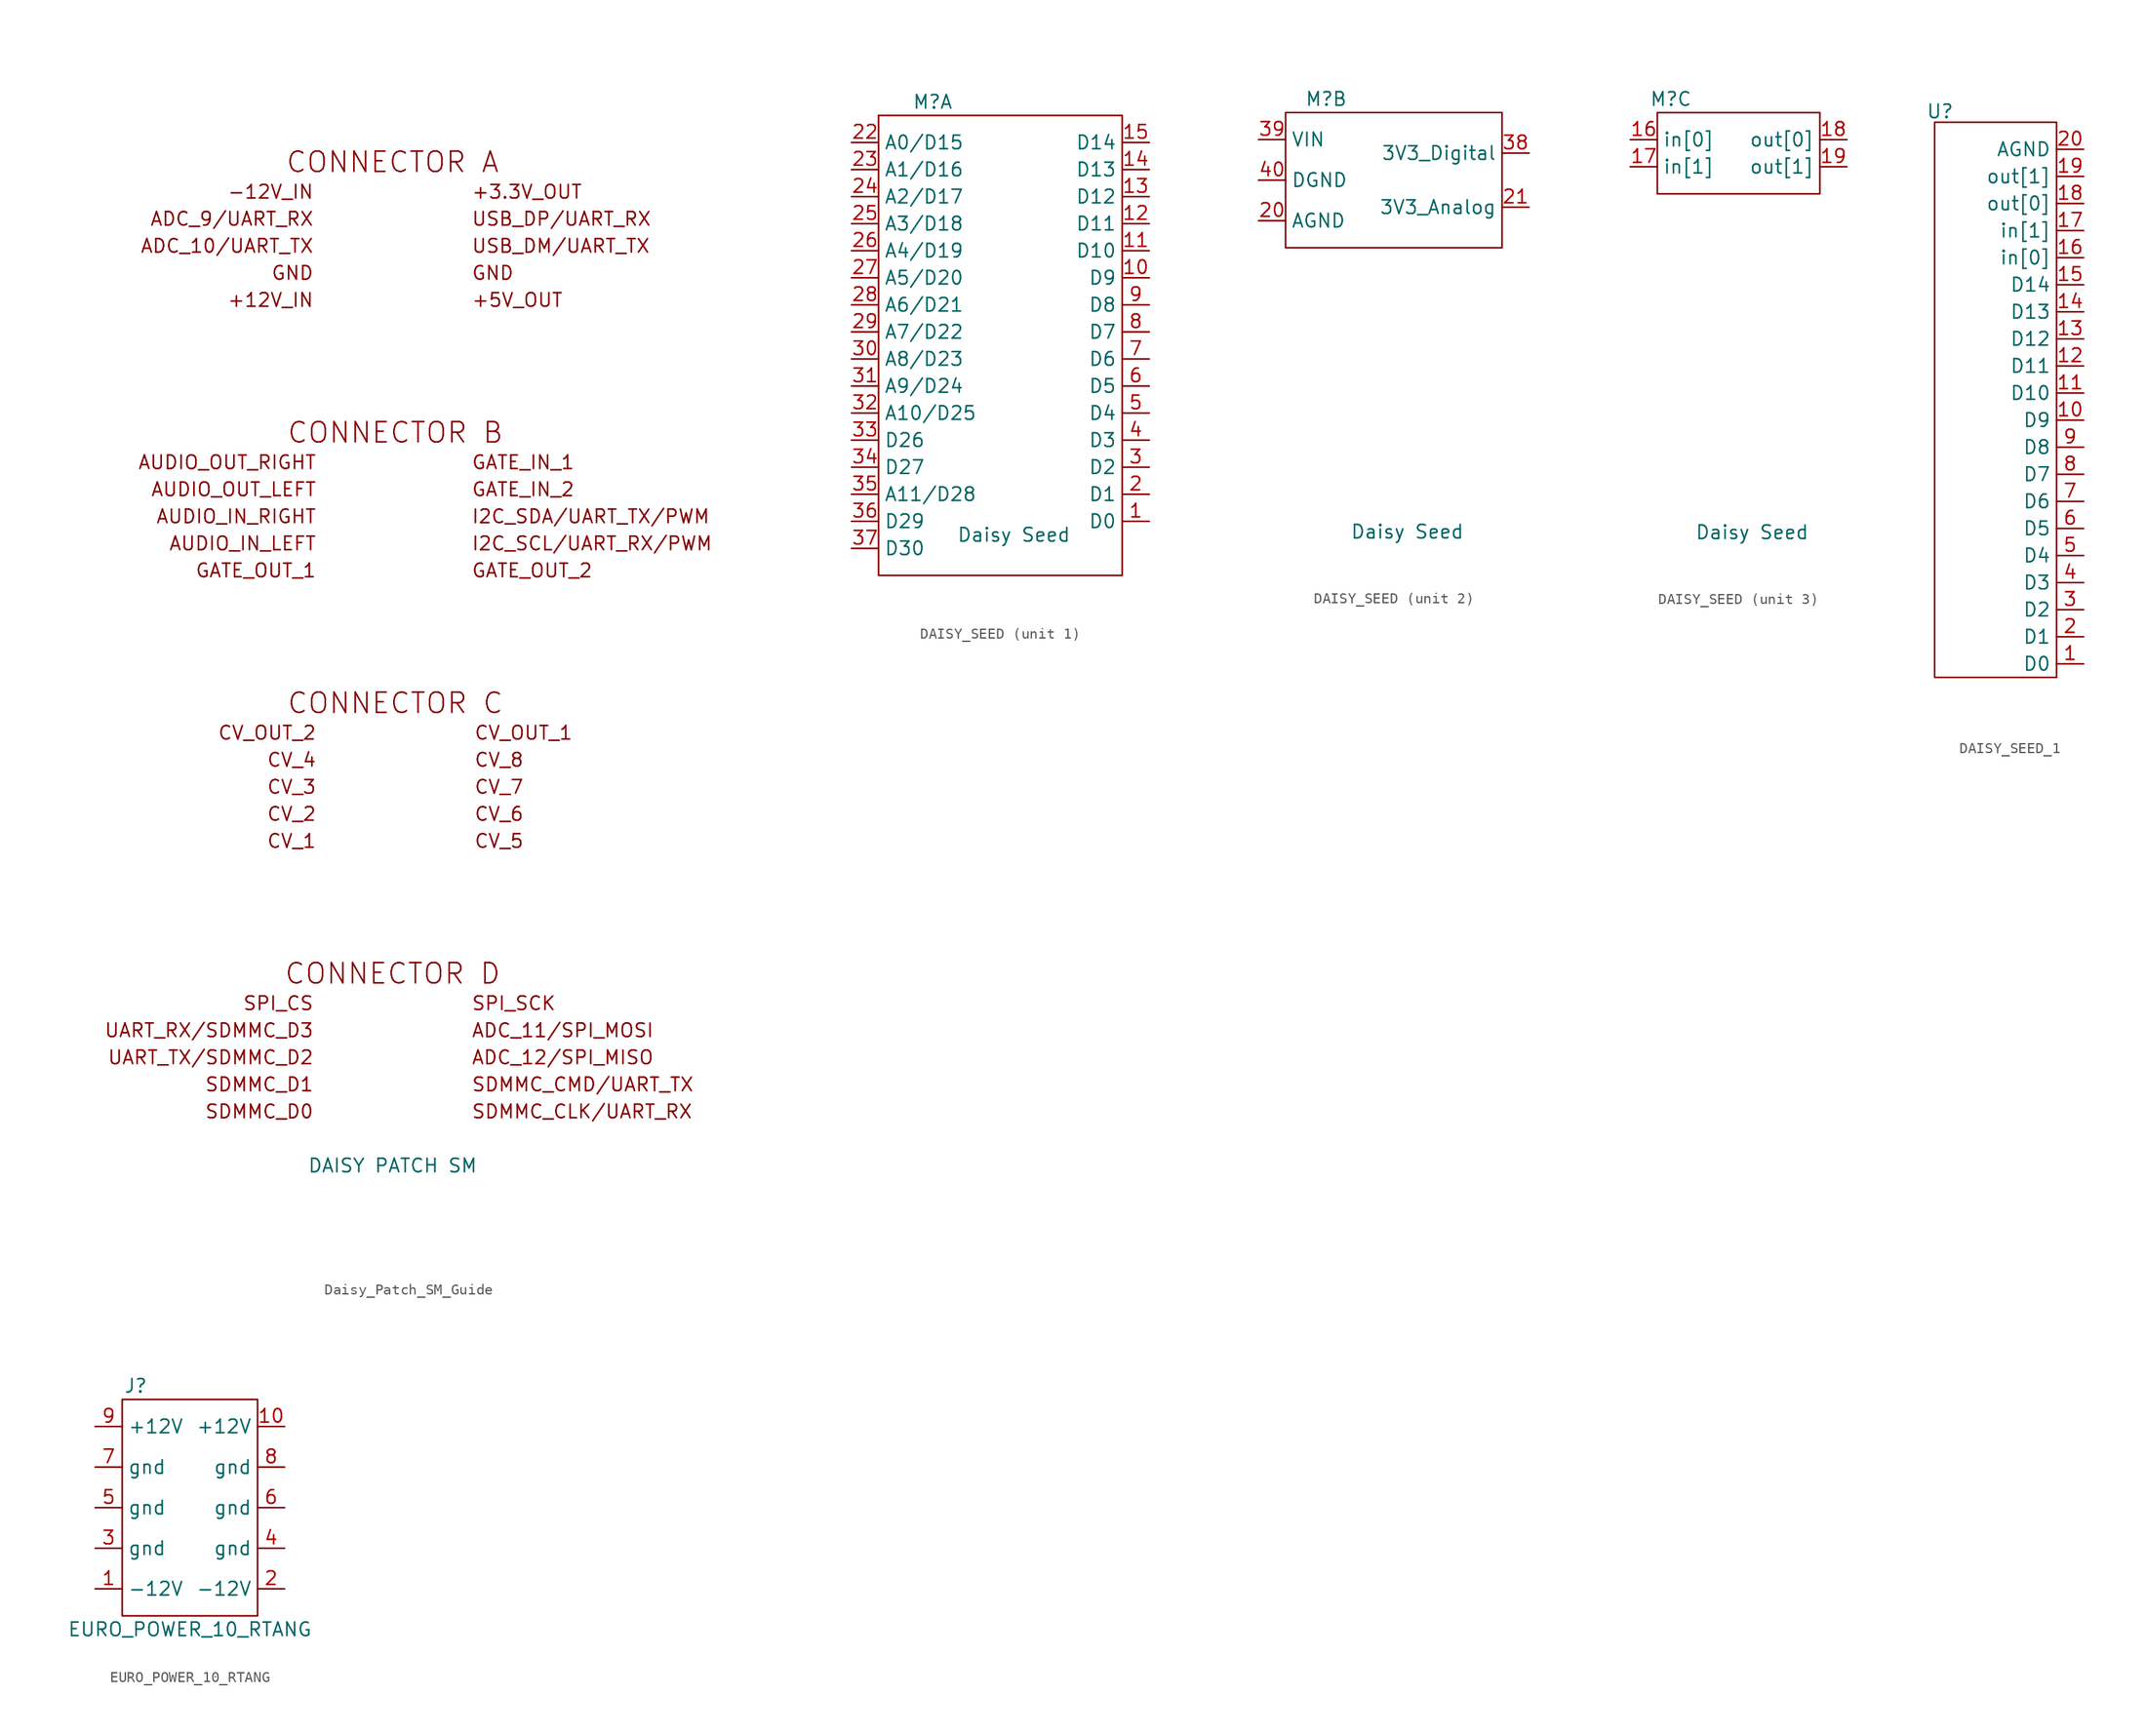
<source format=kicad_sym>
(kicad_symbol_lib
  (version 20241209)
  (generator "kicad_symbol_editor")
  (generator_version "9.0")
  (symbol "Daisy_Patch_SM_Guide"
    (property "Reference" "M"
      (at -11.938 -0.254 0)
      (effects (font (size 1.27 1.27)) (hide yes)))
    (property "Value" "DAISY PATCH SM"
      (at 7.874 -43.18 0)
      (effects (font (size 1.27 1.27))))
    (symbol "Daisy_Patch_SM_Guide_1_1"
      (text "-12V_IN" (at 0.508 48.26 0) (effects (font (size 1.27 1.27)) (justify right)))
      (text "ADC_9/UART_RX" (at 0.508 45.72 0) (effects (font (size 1.27 1.27)) (justify right)))
      (text "ADC_10/UART_TX" (at 0.508 43.18 0) (effects (font (size 1.27 1.27)) (justify right)))
      (text "GND" (at 0.508 40.64 0) (effects (font (size 1.27 1.27)) (justify right)))
      (text "+12V_IN" (at 0.508 38.1 0) (effects (font (size 1.27 1.27)) (justify right)))
      (text "SPI_CS" (at 0.508 -27.94 0) (effects (font (size 1.27 1.27)) (justify right)))
      (text "UART_RX/SDMMC_D3" (at 0.508 -30.48 0) (effects (font (size 1.27 1.27)) (justify right)))
      (text "UART_TX/SDMMC_D2" (at 0.508 -33.02 0) (effects (font (size 1.27 1.27)) (justify right)))
      (text "SDMMC_D1" (at 0.508 -35.56 0) (effects (font (size 1.27 1.27)) (justify right)))
      (text "SDMMC_D0" (at 0.508 -38.1 0) (effects (font (size 1.27 1.27)) (justify right)))
      (text "AUDIO_OUT_RIGHT" (at 0.762 22.86 0) (effects (font (size 1.27 1.27)) (justify right)))
      (text "AUDIO_OUT_LEFT" (at 0.762 20.32 0) (effects (font (size 1.27 1.27)) (justify right)))
      (text "AUDIO_IN_RIGHT" (at 0.762 17.78 0) (effects (font (size 1.27 1.27)) (justify right)))
      (text "AUDIO_IN_LEFT" (at 0.762 15.24 0) (effects (font (size 1.27 1.27)) (justify right)))
      (text "GATE_OUT_1" (at 0.762 12.7 0) (effects (font (size 1.27 1.27)) (justify right)))
      (text "CV_OUT_2" (at 0.762 -2.54 0) (effects (font (size 1.27 1.27)) (justify right)))
      (text "CV_4" (at 0.762 -5.08 0) (effects (font (size 1.27 1.27)) (justify right)))
      (text "CV_3" (at 0.762 -7.62 0) (effects (font (size 1.27 1.27)) (justify right)))
      (text "CV_2" (at 0.762 -10.16 0) (effects (font (size 1.27 1.27)) (justify right)))
      (text "CV_1" (at 0.762 -12.7 0) (effects (font (size 1.27 1.27)) (justify right)))
      (text "CONNECTOR A" (at 7.874 51.054 0) (effects (font (size 1.905 1.905))))
      (text "CONNECTOR D" (at 7.874 -25.146 0) (effects (font (size 1.905 1.905))))
      (text "CONNECTOR B" (at 8.128 25.654 0) (effects (font (size 1.905 1.905))))
      (text "CONNECTOR C" (at 8.128 0.254 0) (effects (font (size 1.905 1.905))))
      (text "+3.3V_OUT" (at 15.24 48.26 0) (effects (font (size 1.27 1.27)) (justify left)))
      (text "USB_DP/UART_RX" (at 15.24 45.72 0) (effects (font (size 1.27 1.27)) (justify left)))
      (text "USB_DM/UART_TX" (at 15.24 43.18 0) (effects (font (size 1.27 1.27)) (justify left)))
      (text "GND" (at 15.24 40.64 0) (effects (font (size 1.27 1.27)) (justify left)))
      (text "+5V_OUT" (at 15.24 38.1 0) (effects (font (size 1.27 1.27)) (justify left)))
      (text "GATE_IN_1" (at 15.24 22.86 0) (effects (font (size 1.27 1.27)) (justify left)))
      (text "GATE_IN_2" (at 15.24 20.32 0) (effects (font (size 1.27 1.27)) (justify left)))
      (text "I2C_SDA/UART_TX/PWM" (at 15.24 17.78 0) (effects (font (size 1.27 1.27)) (justify left)))
      (text "I2C_SCL/UART_RX/PWM" (at 15.24 15.24 0) (effects (font (size 1.27 1.27)) (justify left)))
      (text "GATE_OUT_2" (at 15.24 12.7 0) (effects (font (size 1.27 1.27)) (justify left)))
      (text "SPI_SCK" (at 15.24 -27.94 0) (effects (font (size 1.27 1.27)) (justify left)))
      (text "ADC_11/SPI_MOSI" (at 15.24 -30.48 0) (effects (font (size 1.27 1.27)) (justify left)))
      (text "ADC_12/SPI_MISO" (at 15.24 -33.02 0) (effects (font (size 1.27 1.27)) (justify left)))
      (text "SDMMC_CMD/UART_TX" (at 15.24 -35.56 0) (effects (font (size 1.27 1.27)) (justify left)))
      (text "SDMMC_CLK/UART_RX" (at 15.24 -38.1 0) (effects (font (size 1.27 1.27)) (justify left)))
      (text "CV_OUT_1" (at 15.494 -2.54 0) (effects (font (size 1.27 1.27)) (justify left)))
      (text "CV_8" (at 15.494 -5.08 0) (effects (font (size 1.27 1.27)) (justify left)))
      (text "CV_7" (at 15.494 -7.62 0) (effects (font (size 1.27 1.27)) (justify left)))
      (text "CV_6" (at 15.494 -10.16 0) (effects (font (size 1.27 1.27)) (justify left)))
      (text "CV_5" (at 15.494 -12.7 0) (effects (font (size 1.27 1.27)) (justify left)))))
  (symbol "DAISY_SEED"
    (property "Reference" "M"
      (at -6.35 1.27 0)
      (effects (font (size 1.27 1.27))))
    (property "Value" "Daisy Seed"
      (at 1.27 -39.37 0)
      (effects (font (size 1.27 1.27))))
    (property "ki_locked" ""
      (at 0 0 0)
      (effects (font (size 1.27 1.27))))
    (symbol "DAISY_SEED_1_1"
      (rectangle (start -11.43 0) (end -11.43 0) (stroke (width 0) (type default)) (fill (type none)))
      (rectangle (start -11.43 0) (end 11.43 -43.18) (stroke (width 0) (type default)) (fill (type none)))
      (pin bidirectional line (at -13.97 -2.54 0) (length 2.54) (name "A0/D15" (effects (font (size 1.27 1.27)))) (number "22" (effects (font (size 1.27 1.27)))))
      (pin bidirectional line (at -13.97 -5.08 0) (length 2.54) (name "A1/D16" (effects (font (size 1.27 1.27)))) (number "23" (effects (font (size 1.27 1.27)))))
      (pin bidirectional line (at -13.97 -7.62 0) (length 2.54) (name "A2/D17" (effects (font (size 1.27 1.27)))) (number "24" (effects (font (size 1.27 1.27)))))
      (pin bidirectional line (at -13.97 -10.16 0) (length 2.54) (name "A3/D18" (effects (font (size 1.27 1.27)))) (number "25" (effects (font (size 1.27 1.27)))))
      (pin bidirectional line (at -13.97 -12.7 0) (length 2.54) (name "A4/D19" (effects (font (size 1.27 1.27)))) (number "26" (effects (font (size 1.27 1.27)))))
      (pin bidirectional line (at -13.97 -15.24 0) (length 2.54) (name "A5/D20" (effects (font (size 1.27 1.27)))) (number "27" (effects (font (size 1.27 1.27)))))
      (pin bidirectional line (at -13.97 -17.78 0) (length 2.54) (name "A6/D21" (effects (font (size 1.27 1.27)))) (number "28" (effects (font (size 1.27 1.27)))))
      (pin bidirectional line (at -13.97 -20.32 0) (length 2.54) (name "A7/D22" (effects (font (size 1.27 1.27)))) (number "29" (effects (font (size 1.27 1.27)))))
      (pin bidirectional line (at -13.97 -22.86 0) (length 2.54) (name "A8/D23" (effects (font (size 1.27 1.27)))) (number "30" (effects (font (size 1.27 1.27)))))
      (pin bidirectional line (at -13.97 -25.4 0) (length 2.54) (name "A9/D24" (effects (font (size 1.27 1.27)))) (number "31" (effects (font (size 1.27 1.27)))))
      (pin bidirectional line (at -13.97 -27.94 0) (length 2.54) (name "A10/D25" (effects (font (size 1.27 1.27)))) (number "32" (effects (font (size 1.27 1.27)))))
      (pin bidirectional line (at -13.97 -30.48 0) (length 2.54) (name "D26" (effects (font (size 1.27 1.27)))) (number "33" (effects (font (size 1.27 1.27)))))
      (pin bidirectional line (at -13.97 -33.02 0) (length 2.54) (name "D27" (effects (font (size 1.27 1.27)))) (number "34" (effects (font (size 1.27 1.27)))))
      (pin bidirectional line (at -13.97 -35.56 0) (length 2.54) (name "A11/D28" (effects (font (size 1.27 1.27)))) (number "35" (effects (font (size 1.27 1.27)))))
      (pin bidirectional line (at -13.97 -38.1 0) (length 2.54) (name "D29" (effects (font (size 1.27 1.27)))) (number "36" (effects (font (size 1.27 1.27)))))
      (pin bidirectional line (at -13.97 -40.64 0) (length 2.54) (name "D30" (effects (font (size 1.27 1.27)))) (number "37" (effects (font (size 1.27 1.27)))))
      (pin input line (at 13.97 -2.54 180) (length 2.54) (name "D14" (effects (font (size 1.27 1.27)))) (number "15" (effects (font (size 1.27 1.27)))))
      (pin input line (at 13.97 -5.08 180) (length 2.54) (name "D13" (effects (font (size 1.27 1.27)))) (number "14" (effects (font (size 1.27 1.27)))))
      (pin input line (at 13.97 -7.62 180) (length 2.54) (name "D12" (effects (font (size 1.27 1.27)))) (number "13" (effects (font (size 1.27 1.27)))))
      (pin input line (at 13.97 -10.16 180) (length 2.54) (name "D11" (effects (font (size 1.27 1.27)))) (number "12" (effects (font (size 1.27 1.27)))))
      (pin input line (at 13.97 -12.7 180) (length 2.54) (name "D10" (effects (font (size 1.27 1.27)))) (number "11" (effects (font (size 1.27 1.27)))))
      (pin input line (at 13.97 -15.24 180) (length 2.54) (name "D9" (effects (font (size 1.27 1.27)))) (number "10" (effects (font (size 1.27 1.27)))))
      (pin input line (at 13.97 -17.78 180) (length 2.54) (name "D8" (effects (font (size 1.27 1.27)))) (number "9" (effects (font (size 1.27 1.27)))))
      (pin input line (at 13.97 -20.32 180) (length 2.54) (name "D7" (effects (font (size 1.27 1.27)))) (number "8" (effects (font (size 1.27 1.27)))))
      (pin input line (at 13.97 -22.86 180) (length 2.54) (name "D6" (effects (font (size 1.27 1.27)))) (number "7" (effects (font (size 1.27 1.27)))))
      (pin input line (at 13.97 -25.4 180) (length 2.54) (name "D5" (effects (font (size 1.27 1.27)))) (number "6" (effects (font (size 1.27 1.27)))))
      (pin input line (at 13.97 -27.94 180) (length 2.54) (name "D4" (effects (font (size 1.27 1.27)))) (number "5" (effects (font (size 1.27 1.27)))))
      (pin input line (at 13.97 -30.48 180) (length 2.54) (name "D3" (effects (font (size 1.27 1.27)))) (number "4" (effects (font (size 1.27 1.27)))))
      (pin input line (at 13.97 -33.02 180) (length 2.54) (name "D2" (effects (font (size 1.27 1.27)))) (number "3" (effects (font (size 1.27 1.27)))))
      (pin input line (at 13.97 -35.56 180) (length 2.54) (name "D1" (effects (font (size 1.27 1.27)))) (number "2" (effects (font (size 1.27 1.27)))))
      (pin input line (at 13.97 -38.1 180) (length 2.54) (name "D0" (effects (font (size 1.27 1.27)))) (number "1" (effects (font (size 1.27 1.27))))))
    (symbol "DAISY_SEED_2_1"
      (rectangle (start -10.16 0) (end 10.16 -12.7) (stroke (width 0) (type default)) (fill (type none)))
      (pin power_in line (at -12.7 -2.54 0) (length 2.54) (name "VIN" (effects (font (size 1.27 1.27)))) (number "39" (effects (font (size 1.27 1.27)))))
      (pin power_in line (at -12.7 -6.35 0) (length 2.54) (name "DGND" (effects (font (size 1.27 1.27)))) (number "40" (effects (font (size 1.27 1.27)))))
      (pin power_in line (at -12.7 -10.16 0) (length 2.54) (name "AGND" (effects (font (size 1.27 1.27)))) (number "20" (effects (font (size 1.27 1.27)))))
      (pin power_out line (at 12.7 -3.81 180) (length 2.54) (name "3V3_Digital" (effects (font (size 1.27 1.27)))) (number "38" (effects (font (size 1.27 1.27)))))
      (pin power_out line (at 12.7 -8.89 180) (length 2.54) (name "3V3_Analog" (effects (font (size 1.27 1.27)))) (number "21" (effects (font (size 1.27 1.27))))))
    (symbol "DAISY_SEED_3_1"
      (rectangle (start -7.62 0) (end 7.62 -7.62) (stroke (width 0) (type default)) (fill (type none)))
      (pin input line (at -10.16 -2.54 0) (length 2.54) (name "in[0]" (effects (font (size 1.27 1.27)))) (number "16" (effects (font (size 1.27 1.27)))))
      (pin input line (at -10.16 -5.08 0) (length 2.54) (name "in[1]" (effects (font (size 1.27 1.27)))) (number "17" (effects (font (size 1.27 1.27)))))
      (pin output line (at 10.16 -2.54 180) (length 2.54) (name "out[0]" (effects (font (size 1.27 1.27)))) (number "18" (effects (font (size 1.27 1.27)))))
      (pin output line (at 10.16 -5.08 180) (length 2.54) (name "out[1]" (effects (font (size 1.27 1.27)))) (number "19" (effects (font (size 1.27 1.27)))))))
  (symbol "DAISY_SEED_1"
    (property "Reference" "U"
      (at 0.508 1.016 0)
      (effects (font (size 1.27 1.27))))
    (property "Value" ""
      (at 1.27 -52.07 0)
      (effects (font (size 1.27 1.27))))
    (property "ki_locked" ""
      (at 0 0 0)
      (effects (font (size 1.27 1.27))))
    (symbol "DAISY_SEED_1_1_1"
      (rectangle (start 0 0) (end 11.43 -52.07) (stroke (width 0) (type default)) (fill (type none)))
      (pin power_in line (at 13.97 -2.54 180) (length 2.54) (name "AGND" (effects (font (size 1.27 1.27)))) (number "20" (effects (font (size 1.27 1.27)))))
      (pin output line (at 13.97 -5.08 180) (length 2.54) (name "out[1]" (effects (font (size 1.27 1.27)))) (number "19" (effects (font (size 1.27 1.27)))))
      (pin output line (at 13.97 -7.62 180) (length 2.54) (name "out[0]" (effects (font (size 1.27 1.27)))) (number "18" (effects (font (size 1.27 1.27)))))
      (pin input line (at 13.97 -10.16 180) (length 2.54) (name "in[1]" (effects (font (size 1.27 1.27)))) (number "17" (effects (font (size 1.27 1.27)))))
      (pin input line (at 13.97 -12.7 180) (length 2.54) (name "in[0]" (effects (font (size 1.27 1.27)))) (number "16" (effects (font (size 1.27 1.27)))))
      (pin input line (at 13.97 -15.24 180) (length 2.54) (name "D14" (effects (font (size 1.27 1.27)))) (number "15" (effects (font (size 1.27 1.27)))))
      (pin input line (at 13.97 -17.78 180) (length 2.54) (name "D13" (effects (font (size 1.27 1.27)))) (number "14" (effects (font (size 1.27 1.27)))))
      (pin input line (at 13.97 -20.32 180) (length 2.54) (name "D12" (effects (font (size 1.27 1.27)))) (number "13" (effects (font (size 1.27 1.27)))))
      (pin input line (at 13.97 -22.86 180) (length 2.54) (name "D11" (effects (font (size 1.27 1.27)))) (number "12" (effects (font (size 1.27 1.27)))))
      (pin input line (at 13.97 -25.4 180) (length 2.54) (name "D10" (effects (font (size 1.27 1.27)))) (number "11" (effects (font (size 1.27 1.27)))))
      (pin input line (at 13.97 -27.94 180) (length 2.54) (name "D9" (effects (font (size 1.27 1.27)))) (number "10" (effects (font (size 1.27 1.27)))))
      (pin input line (at 13.97 -30.48 180) (length 2.54) (name "D8" (effects (font (size 1.27 1.27)))) (number "9" (effects (font (size 1.27 1.27)))))
      (pin input line (at 13.97 -33.02 180) (length 2.54) (name "D7" (effects (font (size 1.27 1.27)))) (number "8" (effects (font (size 1.27 1.27)))))
      (pin input line (at 13.97 -35.56 180) (length 2.54) (name "D6" (effects (font (size 1.27 1.27)))) (number "7" (effects (font (size 1.27 1.27)))))
      (pin input line (at 13.97 -38.1 180) (length 2.54) (name "D5" (effects (font (size 1.27 1.27)))) (number "6" (effects (font (size 1.27 1.27)))))
      (pin input line (at 13.97 -40.64 180) (length 2.54) (name "D4" (effects (font (size 1.27 1.27)))) (number "5" (effects (font (size 1.27 1.27)))))
      (pin input line (at 13.97 -43.18 180) (length 2.54) (name "D3" (effects (font (size 1.27 1.27)))) (number "4" (effects (font (size 1.27 1.27)))))
      (pin input line (at 13.97 -45.72 180) (length 2.54) (name "D2" (effects (font (size 1.27 1.27)))) (number "3" (effects (font (size 1.27 1.27)))))
      (pin input line (at 13.97 -48.26 180) (length 2.54) (name "D1" (effects (font (size 1.27 1.27)))) (number "2" (effects (font (size 1.27 1.27)))))
      (pin input line (at 13.97 -50.8 180) (length 2.54) (name "D0" (effects (font (size 1.27 1.27)))) (number "1" (effects (font (size 1.27 1.27)))))))
  (symbol "EURO_POWER_10_RTANG"
    (property "Reference" "J"
      (at -5.08 11.43 0)
      (effects (font (size 1.27 1.27))))
    (property "Value" "EURO_POWER_10_RTANG"
      (at 0 -11.43 0)
      (effects (font (size 1.27 1.27))))
    (symbol "EURO_POWER_10_RTANG_0_1"
      (rectangle (start -6.35 10.16) (end 6.35 -10.16) (stroke (width 0) (type default)) (fill (type none))))
    (symbol "EURO_POWER_10_RTANG_1_1"
      (pin power_in line (at -8.89 7.62 0) (length 2.54) (name "+12V" (effects (font (size 1.27 1.27)))) (number "9" (effects (font (size 1.27 1.27)))))
      (pin power_in line (at -8.89 3.81 0) (length 2.54) (name "gnd" (effects (font (size 1.27 1.27)))) (number "7" (effects (font (size 1.27 1.27)))))
      (pin power_in line (at -8.89 0 0) (length 2.54) (name "gnd" (effects (font (size 1.27 1.27)))) (number "5" (effects (font (size 1.27 1.27)))))
      (pin power_in line (at -8.89 -3.81 0) (length 2.54) (name "gnd" (effects (font (size 1.27 1.27)))) (number "3" (effects (font (size 1.27 1.27)))))
      (pin power_in line (at -8.89 -7.62 0) (length 2.54) (name "-12V" (effects (font (size 1.27 1.27)))) (number "1" (effects (font (size 1.27 1.27)))))
      (pin power_in line (at 8.89 7.62 180) (length 2.54) (name "+12V" (effects (font (size 1.27 1.27)))) (number "10" (effects (font (size 1.27 1.27)))))
      (pin power_in line (at 8.89 3.81 180) (length 2.54) (name "gnd" (effects (font (size 1.27 1.27)))) (number "8" (effects (font (size 1.27 1.27)))))
      (pin power_in line (at 8.89 0 180) (length 2.54) (name "gnd" (effects (font (size 1.27 1.27)))) (number "6" (effects (font (size 1.27 1.27)))))
      (pin power_in line (at 8.89 -3.81 180) (length 2.54) (name "gnd" (effects (font (size 1.27 1.27)))) (number "4" (effects (font (size 1.27 1.27)))))
      (pin power_in line (at 8.89 -7.62 180) (length 2.54) (name "-12V" (effects (font (size 1.27 1.27)))) (number "2" (effects (font (size 1.27 1.27))))))))
</source>
